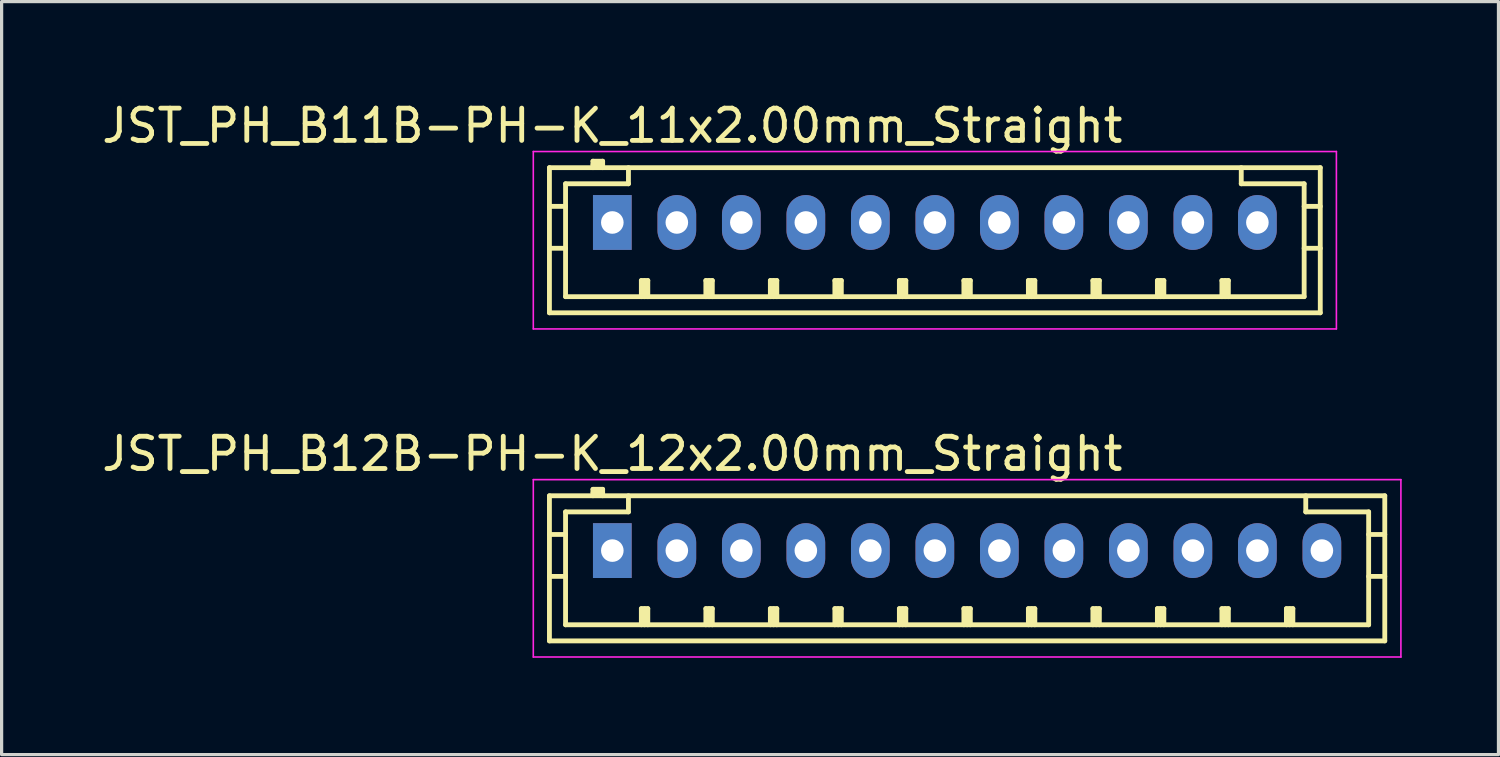
<source format=kicad_pcb>
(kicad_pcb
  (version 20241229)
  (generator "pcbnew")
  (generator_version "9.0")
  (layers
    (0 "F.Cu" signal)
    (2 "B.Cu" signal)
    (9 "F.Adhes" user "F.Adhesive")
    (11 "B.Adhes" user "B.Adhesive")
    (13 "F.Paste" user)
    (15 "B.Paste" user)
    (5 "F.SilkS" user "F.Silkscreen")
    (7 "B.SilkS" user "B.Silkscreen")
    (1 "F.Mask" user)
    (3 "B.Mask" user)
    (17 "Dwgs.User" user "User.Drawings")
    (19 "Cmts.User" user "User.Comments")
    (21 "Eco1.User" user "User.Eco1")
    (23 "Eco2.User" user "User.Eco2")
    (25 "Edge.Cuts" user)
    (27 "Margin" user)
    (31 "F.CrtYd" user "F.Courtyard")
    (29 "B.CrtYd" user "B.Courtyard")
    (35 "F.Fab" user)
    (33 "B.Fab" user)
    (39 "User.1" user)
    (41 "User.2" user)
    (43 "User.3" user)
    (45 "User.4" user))
  (footprint "JST_PH_B11B-PH-K_11x2.00mm_Straight"
    (layer "F.Cu")
    (at 15.935 3.848)
    (property "Reference" "JST_PH_B11B-PH-K_11x2.00mm_Straight" (at 0 -3 0) (layer "F.SilkS") (effects (font (size 1 1) (thickness 0.15))))
    (attr through_hole)
    (fp_line (start -1.95 -1.7) (end 21.95 -1.7) (stroke (width 0.15) (type solid)) (layer "F.SilkS"))
    (fp_line (start -1.95 -0.5) (end -1.45 -0.5) (stroke (width 0.15) (type solid)) (layer "F.SilkS"))
    (fp_line (start -1.95 0.8) (end -1.45 0.8) (stroke (width 0.15) (type solid)) (layer "F.SilkS"))
    (fp_line (start -1.95 2.8) (end -1.95 -1.7) (stroke (width 0.15) (type solid)) (layer "F.SilkS"))
    (fp_line (start -1.45 -1.2) (end -1.45 2.3) (stroke (width 0.15) (type solid)) (layer "F.SilkS"))
    (fp_line (start -1.45 2.3) (end 21.45 2.3) (stroke (width 0.15) (type solid)) (layer "F.SilkS"))
    (fp_line (start -0.6 -1.9) (end -0.6 -1.7) (stroke (width 0.15) (type solid)) (layer "F.SilkS"))
    (fp_line (start -0.3 -1.9) (end -0.6 -1.9) (stroke (width 0.15) (type solid)) (layer "F.SilkS"))
    (fp_line (start -0.3 -1.8) (end -0.6 -1.8) (stroke (width 0.15) (type solid)) (layer "F.SilkS"))
    (fp_line (start -0.3 -1.7) (end -0.3 -1.9) (stroke (width 0.15) (type solid)) (layer "F.SilkS"))
    (fp_line (start 0.5 -1.7) (end 0.5 -1.2) (stroke (width 0.15) (type solid)) (layer "F.SilkS"))
    (fp_line (start 0.5 -1.2) (end -1.45 -1.2) (stroke (width 0.15) (type solid)) (layer "F.SilkS"))
    (fp_line (start 0.9 1.8) (end 1.1 1.8) (stroke (width 0.15) (type solid)) (layer "F.SilkS"))
    (fp_line (start 0.9 2.3) (end 0.9 1.8) (stroke (width 0.15) (type solid)) (layer "F.SilkS"))
    (fp_line (start 1 2.3) (end 1 1.8) (stroke (width 0.15) (type solid)) (layer "F.SilkS"))
    (fp_line (start 1.1 1.8) (end 1.1 2.3) (stroke (width 0.15) (type solid)) (layer "F.SilkS"))
    (fp_line (start 2.9 1.8) (end 3.1 1.8) (stroke (width 0.15) (type solid)) (layer "F.SilkS"))
    (fp_line (start 2.9 2.3) (end 2.9 1.8) (stroke (width 0.15) (type solid)) (layer "F.SilkS"))
    (fp_line (start 3 2.3) (end 3 1.8) (stroke (width 0.15) (type solid)) (layer "F.SilkS"))
    (fp_line (start 3.1 1.8) (end 3.1 2.3) (stroke (width 0.15) (type solid)) (layer "F.SilkS"))
    (fp_line (start 4.9 1.8) (end 5.1 1.8) (stroke (width 0.15) (type solid)) (layer "F.SilkS"))
    (fp_line (start 4.9 2.3) (end 4.9 1.8) (stroke (width 0.15) (type solid)) (layer "F.SilkS"))
    (fp_line (start 5 2.3) (end 5 1.8) (stroke (width 0.15) (type solid)) (layer "F.SilkS"))
    (fp_line (start 5.1 1.8) (end 5.1 2.3) (stroke (width 0.15) (type solid)) (layer "F.SilkS"))
    (fp_line (start 6.9 1.8) (end 7.1 1.8) (stroke (width 0.15) (type solid)) (layer "F.SilkS"))
    (fp_line (start 6.9 2.3) (end 6.9 1.8) (stroke (width 0.15) (type solid)) (layer "F.SilkS"))
    (fp_line (start 7 2.3) (end 7 1.8) (stroke (width 0.15) (type solid)) (layer "F.SilkS"))
    (fp_line (start 7.1 1.8) (end 7.1 2.3) (stroke (width 0.15) (type solid)) (layer "F.SilkS"))
    (fp_line (start 8.9 1.8) (end 9.1 1.8) (stroke (width 0.15) (type solid)) (layer "F.SilkS"))
    (fp_line (start 8.9 2.3) (end 8.9 1.8) (stroke (width 0.15) (type solid)) (layer "F.SilkS"))
    (fp_line (start 9 2.3) (end 9 1.8) (stroke (width 0.15) (type solid)) (layer "F.SilkS"))
    (fp_line (start 9.1 1.8) (end 9.1 2.3) (stroke (width 0.15) (type solid)) (layer "F.SilkS"))
    (fp_line (start 10.9 1.8) (end 11.1 1.8) (stroke (width 0.15) (type solid)) (layer "F.SilkS"))
    (fp_line (start 10.9 2.3) (end 10.9 1.8) (stroke (width 0.15) (type solid)) (layer "F.SilkS"))
    (fp_line (start 11 2.3) (end 11 1.8) (stroke (width 0.15) (type solid)) (layer "F.SilkS"))
    (fp_line (start 11.1 1.8) (end 11.1 2.3) (stroke (width 0.15) (type solid)) (layer "F.SilkS"))
    (fp_line (start 12.9 1.8) (end 13.1 1.8) (stroke (width 0.15) (type solid)) (layer "F.SilkS"))
    (fp_line (start 12.9 2.3) (end 12.9 1.8) (stroke (width 0.15) (type solid)) (layer "F.SilkS"))
    (fp_line (start 13 2.3) (end 13 1.8) (stroke (width 0.15) (type solid)) (layer "F.SilkS"))
    (fp_line (start 13.1 1.8) (end 13.1 2.3) (stroke (width 0.15) (type solid)) (layer "F.SilkS"))
    (fp_line (start 14.9 1.8) (end 15.1 1.8) (stroke (width 0.15) (type solid)) (layer "F.SilkS"))
    (fp_line (start 14.9 2.3) (end 14.9 1.8) (stroke (width 0.15) (type solid)) (layer "F.SilkS"))
    (fp_line (start 15 2.3) (end 15 1.8) (stroke (width 0.15) (type solid)) (layer "F.SilkS"))
    (fp_line (start 15.1 1.8) (end 15.1 2.3) (stroke (width 0.15) (type solid)) (layer "F.SilkS"))
    (fp_line (start 16.9 1.8) (end 17.1 1.8) (stroke (width 0.15) (type solid)) (layer "F.SilkS"))
    (fp_line (start 16.9 2.3) (end 16.9 1.8) (stroke (width 0.15) (type solid)) (layer "F.SilkS"))
    (fp_line (start 17 2.3) (end 17 1.8) (stroke (width 0.15) (type solid)) (layer "F.SilkS"))
    (fp_line (start 17.1 1.8) (end 17.1 2.3) (stroke (width 0.15) (type solid)) (layer "F.SilkS"))
    (fp_line (start 18.9 1.8) (end 19.1 1.8) (stroke (width 0.15) (type solid)) (layer "F.SilkS"))
    (fp_line (start 18.9 2.3) (end 18.9 1.8) (stroke (width 0.15) (type solid)) (layer "F.SilkS"))
    (fp_line (start 19 2.3) (end 19 1.8) (stroke (width 0.15) (type solid)) (layer "F.SilkS"))
    (fp_line (start 19.1 1.8) (end 19.1 2.3) (stroke (width 0.15) (type solid)) (layer "F.SilkS"))
    (fp_line (start 19.5 -1.2) (end 19.5 -1.7) (stroke (width 0.15) (type solid)) (layer "F.SilkS"))
    (fp_line (start 21.45 -1.2) (end 19.5 -1.2) (stroke (width 0.15) (type solid)) (layer "F.SilkS"))
    (fp_line (start 21.45 -0.5) (end 21.95 -0.5) (stroke (width 0.15) (type solid)) (layer "F.SilkS"))
    (fp_line (start 21.45 0.8) (end 21.95 0.8) (stroke (width 0.15) (type solid)) (layer "F.SilkS"))
    (fp_line (start 21.45 2.3) (end 21.45 -1.2) (stroke (width 0.15) (type solid)) (layer "F.SilkS"))
    (fp_line (start 21.95 -1.7) (end 21.95 2.8) (stroke (width 0.15) (type solid)) (layer "F.SilkS"))
    (fp_line (start 21.95 2.8) (end -1.95 2.8) (stroke (width 0.15) (type solid)) (layer "F.SilkS"))
    (fp_line (start -2.45 -2.2) (end 22.45 -2.2) (stroke (width 0.05) (type solid)) (layer "F.CrtYd"))
    (fp_line (start -2.45 3.3) (end -2.45 -2.2) (stroke (width 0.05) (type solid)) (layer "F.CrtYd"))
    (fp_line (start 22.45 -2.2) (end 22.45 3.3) (stroke (width 0.05) (type solid)) (layer "F.CrtYd"))
    (fp_line (start 22.45 3.3) (end -2.45 3.3) (stroke (width 0.05) (type solid)) (layer "F.CrtYd"))
    (pad "1" thru_hole rect (at 0 0) (size 1.2 1.7) (drill 0.7) (layers "*.Cu" "*.Mask"))
    (pad "2" thru_hole oval (at 2 0) (size 1.2 1.7) (drill 0.7) (layers "*.Cu" "*.Mask"))
    (pad "3" thru_hole oval (at 4 0) (size 1.2 1.7) (drill 0.7) (layers "*.Cu" "*.Mask"))
    (pad "4" thru_hole oval (at 6 0) (size 1.2 1.7) (drill 0.7) (layers "*.Cu" "*.Mask"))
    (pad "5" thru_hole oval (at 8 0) (size 1.2 1.7) (drill 0.7) (layers "*.Cu" "*.Mask"))
    (pad "6" thru_hole oval (at 10 0) (size 1.2 1.7) (drill 0.7) (layers "*.Cu" "*.Mask"))
    (pad "7" thru_hole oval (at 12 0) (size 1.2 1.7) (drill 0.7) (layers "*.Cu" "*.Mask"))
    (pad "8" thru_hole oval (at 14 0) (size 1.2 1.7) (drill 0.7) (layers "*.Cu" "*.Mask"))
    (pad "9" thru_hole oval (at 16 0) (size 1.2 1.7) (drill 0.7) (layers "*.Cu" "*.Mask"))
    (pad "10" thru_hole oval (at 18 0) (size 1.2 1.7) (drill 0.7) (layers "*.Cu" "*.Mask"))
    (pad "11" thru_hole oval (at 20 0) (size 1.2 1.7) (drill 0.7) (layers "*.Cu" "*.Mask")))
  (footprint "JST_PH_B12B-PH-K_12x2.00mm_Straight"
    (layer "F.Cu")
    (at 15.935 14.021)
    (property "Reference" "JST_PH_B12B-PH-K_12x2.00mm_Straight" (at 0 -3 0) (layer "F.SilkS") (effects (font (size 1 1) (thickness 0.15))))
    (attr through_hole)
    (fp_line (start -1.95 -1.7) (end 23.95 -1.7) (stroke (width 0.15) (type solid)) (layer "F.SilkS"))
    (fp_line (start -1.95 -0.5) (end -1.45 -0.5) (stroke (width 0.15) (type solid)) (layer "F.SilkS"))
    (fp_line (start -1.95 0.8) (end -1.45 0.8) (stroke (width 0.15) (type solid)) (layer "F.SilkS"))
    (fp_line (start -1.95 2.8) (end -1.95 -1.7) (stroke (width 0.15) (type solid)) (layer "F.SilkS"))
    (fp_line (start -1.45 -1.2) (end -1.45 2.3) (stroke (width 0.15) (type solid)) (layer "F.SilkS"))
    (fp_line (start -1.45 2.3) (end 23.45 2.3) (stroke (width 0.15) (type solid)) (layer "F.SilkS"))
    (fp_line (start -0.6 -1.9) (end -0.6 -1.7) (stroke (width 0.15) (type solid)) (layer "F.SilkS"))
    (fp_line (start -0.3 -1.9) (end -0.6 -1.9) (stroke (width 0.15) (type solid)) (layer "F.SilkS"))
    (fp_line (start -0.3 -1.8) (end -0.6 -1.8) (stroke (width 0.15) (type solid)) (layer "F.SilkS"))
    (fp_line (start -0.3 -1.7) (end -0.3 -1.9) (stroke (width 0.15) (type solid)) (layer "F.SilkS"))
    (fp_line (start 0.5 -1.7) (end 0.5 -1.2) (stroke (width 0.15) (type solid)) (layer "F.SilkS"))
    (fp_line (start 0.5 -1.2) (end -1.45 -1.2) (stroke (width 0.15) (type solid)) (layer "F.SilkS"))
    (fp_line (start 0.9 1.8) (end 1.1 1.8) (stroke (width 0.15) (type solid)) (layer "F.SilkS"))
    (fp_line (start 0.9 2.3) (end 0.9 1.8) (stroke (width 0.15) (type solid)) (layer "F.SilkS"))
    (fp_line (start 1 2.3) (end 1 1.8) (stroke (width 0.15) (type solid)) (layer "F.SilkS"))
    (fp_line (start 1.1 1.8) (end 1.1 2.3) (stroke (width 0.15) (type solid)) (layer "F.SilkS"))
    (fp_line (start 2.9 1.8) (end 3.1 1.8) (stroke (width 0.15) (type solid)) (layer "F.SilkS"))
    (fp_line (start 2.9 2.3) (end 2.9 1.8) (stroke (width 0.15) (type solid)) (layer "F.SilkS"))
    (fp_line (start 3 2.3) (end 3 1.8) (stroke (width 0.15) (type solid)) (layer "F.SilkS"))
    (fp_line (start 3.1 1.8) (end 3.1 2.3) (stroke (width 0.15) (type solid)) (layer "F.SilkS"))
    (fp_line (start 4.9 1.8) (end 5.1 1.8) (stroke (width 0.15) (type solid)) (layer "F.SilkS"))
    (fp_line (start 4.9 2.3) (end 4.9 1.8) (stroke (width 0.15) (type solid)) (layer "F.SilkS"))
    (fp_line (start 5 2.3) (end 5 1.8) (stroke (width 0.15) (type solid)) (layer "F.SilkS"))
    (fp_line (start 5.1 1.8) (end 5.1 2.3) (stroke (width 0.15) (type solid)) (layer "F.SilkS"))
    (fp_line (start 6.9 1.8) (end 7.1 1.8) (stroke (width 0.15) (type solid)) (layer "F.SilkS"))
    (fp_line (start 6.9 2.3) (end 6.9 1.8) (stroke (width 0.15) (type solid)) (layer "F.SilkS"))
    (fp_line (start 7 2.3) (end 7 1.8) (stroke (width 0.15) (type solid)) (layer "F.SilkS"))
    (fp_line (start 7.1 1.8) (end 7.1 2.3) (stroke (width 0.15) (type solid)) (layer "F.SilkS"))
    (fp_line (start 8.9 1.8) (end 9.1 1.8) (stroke (width 0.15) (type solid)) (layer "F.SilkS"))
    (fp_line (start 8.9 2.3) (end 8.9 1.8) (stroke (width 0.15) (type solid)) (layer "F.SilkS"))
    (fp_line (start 9 2.3) (end 9 1.8) (stroke (width 0.15) (type solid)) (layer "F.SilkS"))
    (fp_line (start 9.1 1.8) (end 9.1 2.3) (stroke (width 0.15) (type solid)) (layer "F.SilkS"))
    (fp_line (start 10.9 1.8) (end 11.1 1.8) (stroke (width 0.15) (type solid)) (layer "F.SilkS"))
    (fp_line (start 10.9 2.3) (end 10.9 1.8) (stroke (width 0.15) (type solid)) (layer "F.SilkS"))
    (fp_line (start 11 2.3) (end 11 1.8) (stroke (width 0.15) (type solid)) (layer "F.SilkS"))
    (fp_line (start 11.1 1.8) (end 11.1 2.3) (stroke (width 0.15) (type solid)) (layer "F.SilkS"))
    (fp_line (start 12.9 1.8) (end 13.1 1.8) (stroke (width 0.15) (type solid)) (layer "F.SilkS"))
    (fp_line (start 12.9 2.3) (end 12.9 1.8) (stroke (width 0.15) (type solid)) (layer "F.SilkS"))
    (fp_line (start 13 2.3) (end 13 1.8) (stroke (width 0.15) (type solid)) (layer "F.SilkS"))
    (fp_line (start 13.1 1.8) (end 13.1 2.3) (stroke (width 0.15) (type solid)) (layer "F.SilkS"))
    (fp_line (start 14.9 1.8) (end 15.1 1.8) (stroke (width 0.15) (type solid)) (layer "F.SilkS"))
    (fp_line (start 14.9 2.3) (end 14.9 1.8) (stroke (width 0.15) (type solid)) (layer "F.SilkS"))
    (fp_line (start 15 2.3) (end 15 1.8) (stroke (width 0.15) (type solid)) (layer "F.SilkS"))
    (fp_line (start 15.1 1.8) (end 15.1 2.3) (stroke (width 0.15) (type solid)) (layer "F.SilkS"))
    (fp_line (start 16.9 1.8) (end 17.1 1.8) (stroke (width 0.15) (type solid)) (layer "F.SilkS"))
    (fp_line (start 16.9 2.3) (end 16.9 1.8) (stroke (width 0.15) (type solid)) (layer "F.SilkS"))
    (fp_line (start 17 2.3) (end 17 1.8) (stroke (width 0.15) (type solid)) (layer "F.SilkS"))
    (fp_line (start 17.1 1.8) (end 17.1 2.3) (stroke (width 0.15) (type solid)) (layer "F.SilkS"))
    (fp_line (start 18.9 1.8) (end 19.1 1.8) (stroke (width 0.15) (type solid)) (layer "F.SilkS"))
    (fp_line (start 18.9 2.3) (end 18.9 1.8) (stroke (width 0.15) (type solid)) (layer "F.SilkS"))
    (fp_line (start 19 2.3) (end 19 1.8) (stroke (width 0.15) (type solid)) (layer "F.SilkS"))
    (fp_line (start 19.1 1.8) (end 19.1 2.3) (stroke (width 0.15) (type solid)) (layer "F.SilkS"))
    (fp_line (start 20.9 1.8) (end 21.1 1.8) (stroke (width 0.15) (type solid)) (layer "F.SilkS"))
    (fp_line (start 20.9 2.3) (end 20.9 1.8) (stroke (width 0.15) (type solid)) (layer "F.SilkS"))
    (fp_line (start 21 2.3) (end 21 1.8) (stroke (width 0.15) (type solid)) (layer "F.SilkS"))
    (fp_line (start 21.1 1.8) (end 21.1 2.3) (stroke (width 0.15) (type solid)) (layer "F.SilkS"))
    (fp_line (start 21.5 -1.2) (end 21.5 -1.7) (stroke (width 0.15) (type solid)) (layer "F.SilkS"))
    (fp_line (start 23.45 -1.2) (end 21.5 -1.2) (stroke (width 0.15) (type solid)) (layer "F.SilkS"))
    (fp_line (start 23.45 -0.5) (end 23.95 -0.5) (stroke (width 0.15) (type solid)) (layer "F.SilkS"))
    (fp_line (start 23.45 0.8) (end 23.95 0.8) (stroke (width 0.15) (type solid)) (layer "F.SilkS"))
    (fp_line (start 23.45 2.3) (end 23.45 -1.2) (stroke (width 0.15) (type solid)) (layer "F.SilkS"))
    (fp_line (start 23.95 -1.7) (end 23.95 2.8) (stroke (width 0.15) (type solid)) (layer "F.SilkS"))
    (fp_line (start 23.95 2.8) (end -1.95 2.8) (stroke (width 0.15) (type solid)) (layer "F.SilkS"))
    (fp_line (start -2.45 -2.2) (end 24.45 -2.2) (stroke (width 0.05) (type solid)) (layer "F.CrtYd"))
    (fp_line (start -2.45 3.3) (end -2.45 -2.2) (stroke (width 0.05) (type solid)) (layer "F.CrtYd"))
    (fp_line (start 24.45 -2.2) (end 24.45 3.3) (stroke (width 0.05) (type solid)) (layer "F.CrtYd"))
    (fp_line (start 24.45 3.3) (end -2.45 3.3) (stroke (width 0.05) (type solid)) (layer "F.CrtYd"))
    (pad "1" thru_hole rect (at 0 0) (size 1.2 1.7) (drill 0.7) (layers "*.Cu" "*.Mask"))
    (pad "2" thru_hole oval (at 2 0) (size 1.2 1.7) (drill 0.7) (layers "*.Cu" "*.Mask"))
    (pad "3" thru_hole oval (at 4 0) (size 1.2 1.7) (drill 0.7) (layers "*.Cu" "*.Mask"))
    (pad "4" thru_hole oval (at 6 0) (size 1.2 1.7) (drill 0.7) (layers "*.Cu" "*.Mask"))
    (pad "5" thru_hole oval (at 8 0) (size 1.2 1.7) (drill 0.7) (layers "*.Cu" "*.Mask"))
    (pad "6" thru_hole oval (at 10 0) (size 1.2 1.7) (drill 0.7) (layers "*.Cu" "*.Mask"))
    (pad "7" thru_hole oval (at 12 0) (size 1.2 1.7) (drill 0.7) (layers "*.Cu" "*.Mask"))
    (pad "8" thru_hole oval (at 14 0) (size 1.2 1.7) (drill 0.7) (layers "*.Cu" "*.Mask"))
    (pad "9" thru_hole oval (at 16 0) (size 1.2 1.7) (drill 0.7) (layers "*.Cu" "*.Mask"))
    (pad "10" thru_hole oval (at 18 0) (size 1.2 1.7) (drill 0.7) (layers "*.Cu" "*.Mask"))
    (pad "11" thru_hole oval (at 20 0) (size 1.2 1.7) (drill 0.7) (layers "*.Cu" "*.Mask"))
    (pad "12" thru_hole oval (at 22 0) (size 1.2 1.7) (drill 0.7) (layers "*.Cu" "*.Mask")))
  (gr_rect
    (start -3 -3)
    (end 43.41 20.346)
    (stroke (width 0.1) (type default))
    (fill no)
    (layer "Edge.Cuts")))
</source>
